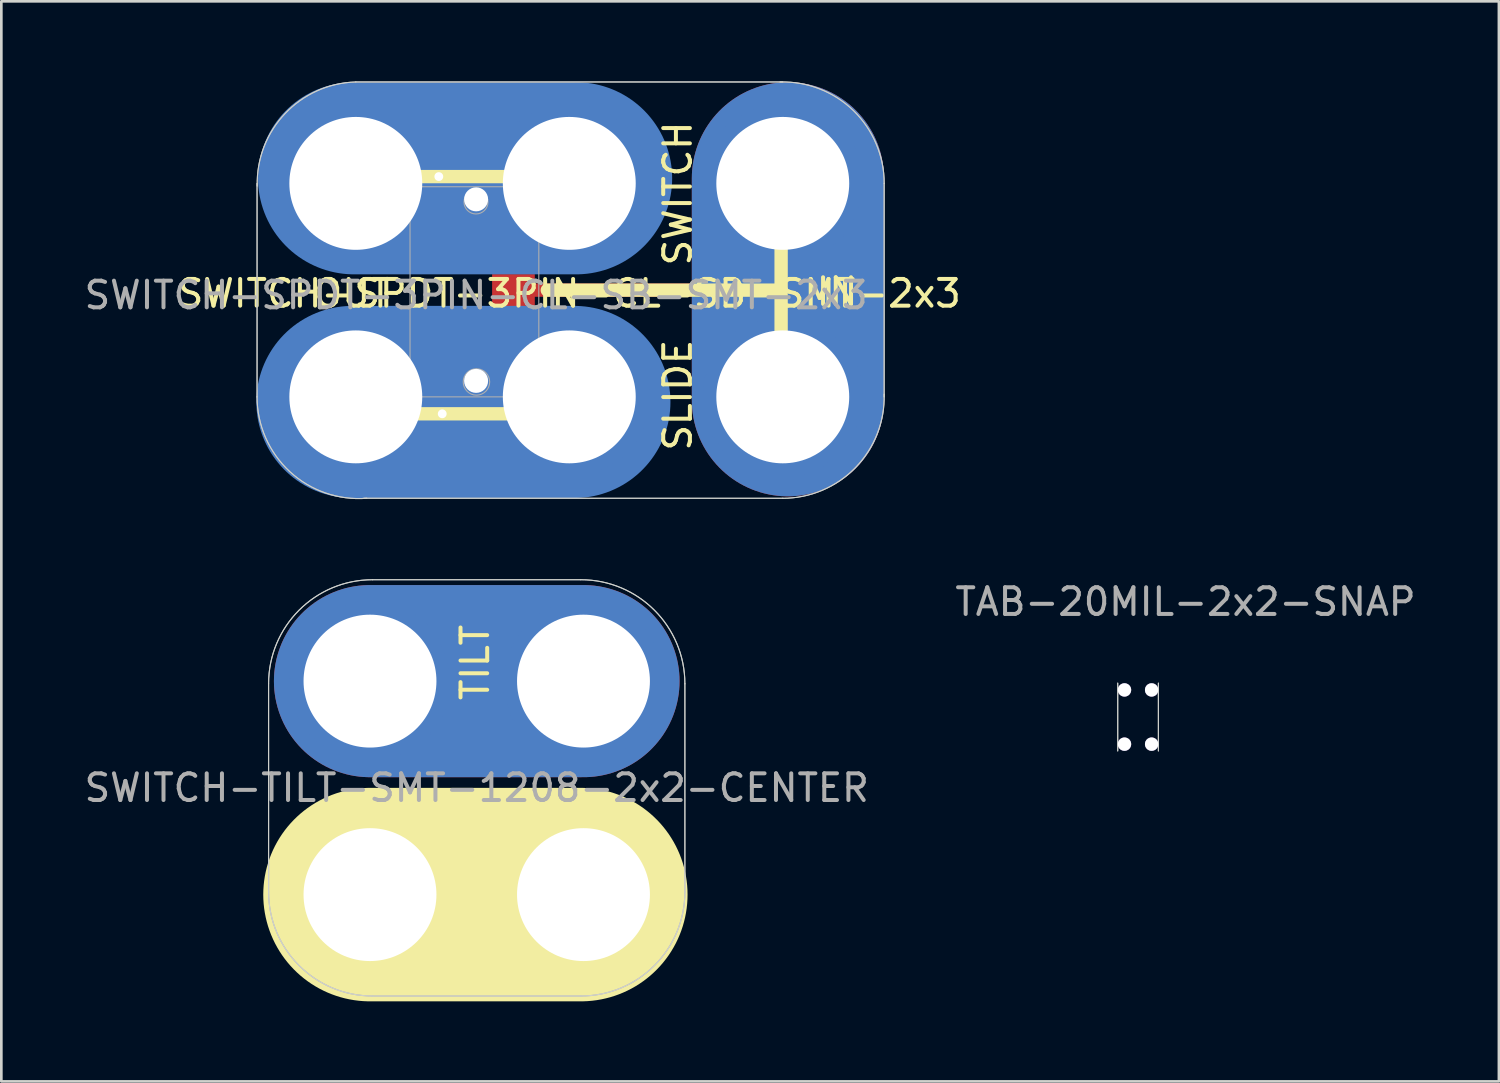
<source format=kicad_pcb>
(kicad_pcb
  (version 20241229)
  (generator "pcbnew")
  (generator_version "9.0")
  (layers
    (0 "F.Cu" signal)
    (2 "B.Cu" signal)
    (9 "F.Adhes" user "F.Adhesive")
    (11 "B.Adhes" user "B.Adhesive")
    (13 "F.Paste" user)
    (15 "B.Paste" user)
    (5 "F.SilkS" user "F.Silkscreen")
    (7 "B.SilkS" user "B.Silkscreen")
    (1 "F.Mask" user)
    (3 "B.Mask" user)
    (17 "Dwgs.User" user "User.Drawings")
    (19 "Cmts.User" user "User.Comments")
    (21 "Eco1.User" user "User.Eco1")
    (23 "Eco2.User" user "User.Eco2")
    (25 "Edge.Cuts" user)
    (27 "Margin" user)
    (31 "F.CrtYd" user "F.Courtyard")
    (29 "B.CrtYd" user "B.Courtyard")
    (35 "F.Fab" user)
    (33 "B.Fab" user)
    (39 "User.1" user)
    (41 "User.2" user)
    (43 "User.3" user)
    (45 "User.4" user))
  (footprint "TAB-20MIL-2x2-SNAP"
    (layer "F.Cu")
    (at 39.597 23.82)
    (property "Reference" "TAB-20MIL-2x2-SNAP" (at 1.778 -4.318 0) (layer "F.Fab") (effects (font (size 1 1) (thickness 0.15))))
    (attr through_hole)
    (fp_line (start -0.762 1.27) (end -0.762 -1.27) (stroke (width 0.041) (type solid)) (layer "Edge.Cuts"))
    (fp_line (start 0.762 1.27) (end 0.762 -1.27) (stroke (width 0.041) (type solid)) (layer "Edge.Cuts"))
    (fp_line (start -0.762 1.27) (end -0.762 -1.27) (stroke (width 0.041) (type solid)) (layer "F.Fab"))
    (fp_line (start 0.762 1.27) (end 0.762 -1.27) (stroke (width 0.041) (type solid)) (layer "F.Fab"))
    (pad "1" thru_hole circle (at -0.508 -1.016) (size 0.5 0.5) (drill 0.5) (layers "*.Cu"))
    (pad "1" thru_hole circle (at -0.508 1.016) (size 0.5 0.5) (drill 0.5) (layers "*.Cu"))
    (pad "1" thru_hole circle (at 0.508 -1.016) (size 0.5 0.5) (drill 0.5) (layers "*.Cu"))
    (pad "1" thru_hole circle (at 0.508 1.016) (size 0.5 0.5) (drill 0.5) (layers "*.Cu")))
  (footprint "SWITCH-SPDT-3PIN-CL-SB-SMT-2x3"
    (layer "F.Cu")
    (at 10.283 11.822)
    (property "Reference" "SWITCH-SPDT-3PIN-CL-SB-SMT-2x3" (at 8 -3.873 0) (layer "F.SilkS") (effects (font (size 1 1) (thickness 0.15))))
    (attr through_hole)
    (fp_line (start 3.111 -6.54) (end 3.111 -8.319) (stroke (width 0.5) (type solid)) (layer "F.Cu"))
    (fp_line (start 3.239 -1.587) (end 3.239 0.699) (stroke (width 0.5) (type solid)) (layer "F.Cu"))
    (fp_line (start 5.779 -4) (end 16.002 -4) (stroke (width 0.5) (type solid)) (layer "F.Cu"))
    (fp_line (start 16.192 0.127) (end 16.192 -8.191) (stroke (width 7.2) (type solid)) (layer "F.Cu"))
    (fp_arc (start 0 -5.207) (mid -2.794 -8.001) (end 0 -10.795) (stroke (width 1) (type solid)) (layer "F.Cu"))
    (fp_arc (start 0 2.794) (mid -2.794 0) (end 0 -2.794) (stroke (width 1) (type solid)) (layer "F.Cu"))
    (fp_arc (start 0 -5.207) (mid -2.794 -8.001) (end 0 -10.795) (stroke (width 0.6) (type solid)) (layer "F.Mask"))
    (fp_arc (start 0 2.794) (mid -2.794 0) (end 0 -2.794) (stroke (width 0.6) (type solid)) (layer "F.Mask"))
    (fp_line (start -0.826 0.635) (end 9.081 0.635) (stroke (width 0.5) (type solid)) (layer "B.Cu"))
    (fp_line (start -0.635 -8.255) (end 9.271 -8.255) (stroke (width 0.5) (type solid)) (layer "B.Cu"))
    (fp_line (start -0.127 0.191) (end 8.191 0.191) (stroke (width 7.2) (type solid)) (layer "B.Cu"))
    (fp_line (start -0.064 -8.191) (end 8.255 -8.191) (stroke (width 7.2) (type solid)) (layer "B.Cu"))
    (fp_line (start 15.938 0.318) (end 15.938 -8.445) (stroke (width 0.5) (type solid)) (layer "B.Cu"))
    (fp_line (start 16.192 0.127) (end 16.192 -8.191) (stroke (width 7.2) (type solid)) (layer "B.Cu"))
    (fp_line (start -0.826 0.635) (end 9.081 0.635) (stroke (width 0.5) (type solid)) (layer "B.Mask"))
    (fp_line (start -0.635 -8.255) (end 9.271 -8.255) (stroke (width 0.5) (type solid)) (layer "B.Mask"))
    (fp_line (start -0.127 0.191) (end 8.191 0.191) (stroke (width 7.2) (type solid)) (layer "B.Mask"))
    (fp_line (start -0.064 -8.191) (end 8.255 -8.191) (stroke (width 7.2) (type solid)) (layer "B.Mask"))
    (fp_line (start 15.938 0.318) (end 15.938 -8.445) (stroke (width 0.5) (type solid)) (layer "B.Mask"))
    (fp_line (start 16.192 0.127) (end 16.192 -8.191) (stroke (width 7.2) (type solid)) (layer "B.Mask"))
    (fp_line (start -0.826 0.635) (end 9.081 0.635) (stroke (width 0.5) (type solid)) (layer "F.SilkS"))
    (fp_line (start -0.635 -8.255) (end 9.271 -8.255) (stroke (width 0.5) (type solid)) (layer "F.SilkS"))
    (fp_line (start 15.938 -4) (end 7.176 -4) (stroke (width 0.5) (type solid)) (layer "F.SilkS"))
    (fp_line (start 15.938 0.318) (end 15.938 -8.445) (stroke (width 0.5) (type solid)) (layer "F.SilkS"))
    (fp_line (start -3.7 -8) (end -3.7 0) (stroke (width 0.041) (type solid)) (layer "Edge.Cuts"))
    (fp_line (start 16 -11.8) (end 0 -11.8) (stroke (width 0.041) (type solid)) (layer "Edge.Cuts"))
    (fp_line (start 16 3.8) (end 0.3 3.8) (stroke (width 0.041) (type solid)) (layer "Edge.Cuts"))
    (fp_line (start 19.8 -8) (end 19.8 0) (stroke (width 0.041) (type solid)) (layer "Edge.Cuts"))
    (fp_arc (start -3.693368 -7.90018) (mid -2.653367 -10.614068) (end 0 -11.8) (stroke (width 0.04064) (type solid)) (layer "Edge.Cuts"))
    (fp_arc (start 0.411824 3.8) (mid -2.475303 2.799424) (end -3.7 0) (stroke (width 0.04064) (type solid)) (layer "Edge.Cuts"))
    (fp_arc (start 15.9 -11.8) (mid 18.652345 -10.723062) (end 19.801316 -8) (stroke (width 0.04064) (type solid)) (layer "Edge.Cuts"))
    (fp_arc (start 19.8 -0.1) (mid 18.723062 2.652345) (end 16 3.801316) (stroke (width 0.04064) (type solid)) (layer "Edge.Cuts"))
    (fp_line (start -3.7 -8) (end -3.7 0) (stroke (width 0.041) (type solid)) (layer "F.Fab"))
    (fp_line (start 2.032 -7.874) (end 2.032 0) (stroke (width 0.041) (type solid)) (layer "F.Fab"))
    (fp_line (start 2.032 0) (end 6.858 0) (stroke (width 0.041) (type solid)) (layer "F.Fab"))
    (fp_line (start 6.858 -7.874) (end 2.032 -7.874) (stroke (width 0.041) (type solid)) (layer "F.Fab"))
    (fp_line (start 6.858 -7.874) (end 6.858 0) (stroke (width 0.041) (type solid)) (layer "F.Fab"))
    (fp_line (start 16 -11.8) (end 0 -11.8) (stroke (width 0.041) (type solid)) (layer "F.Fab"))
    (fp_line (start 16 3.8) (end 0.3 3.8) (stroke (width 0.041) (type solid)) (layer "F.Fab"))
    (fp_line (start 19.8 -8) (end 19.8 0) (stroke (width 0.041) (type solid)) (layer "F.Fab"))
    (fp_arc (start -3.693368 -7.90018) (mid -2.653367 -10.614068) (end 0 -11.8) (stroke (width 0.04064) (type solid)) (layer "F.Fab"))
    (fp_arc (start 0.411824 3.8) (mid -2.475303 2.799424) (end -3.7 0) (stroke (width 0.04064) (type solid)) (layer "F.Fab"))
    (fp_arc (start 15.9 -11.8) (mid 18.652345 -10.723062) (end 19.801316 -8) (stroke (width 0.04064) (type solid)) (layer "F.Fab"))
    (fp_arc (start 19.8 -0.1) (mid 18.723062 2.652345) (end 16 3.801316) (stroke (width 0.04064) (type solid)) (layer "F.Fab"))
    (fp_circle (center 4.504 -7.303) (end 4.821 -6.985) (stroke (width 0.041) (type solid)) (fill no) (layer "F.Fab"))
    (fp_circle (center 4.521 -0.559) (end 4.763 -0.127) (stroke (width 0.041) (type solid)) (fill no) (layer "F.Fab"))
    (fp_text user "IN" (at 18.034 -3.937 0) (layer "F.SilkS") (effects (font (size 1 1) (thickness 0.15))))
    (fp_text user "SWITCH" (at 12.065 -7.62 270) (layer "F.SilkS") (effects (font (size 1 1) (thickness 0.15))))
    (fp_text user "OUT" (at -0.127 -3.873 0) (layer "F.SilkS") (effects (font (size 1 1) (thickness 0.15))))
    (fp_text user "SLIDE " (at 12.065 -0.445 90) (layer "F.SilkS") (effects (font (size 1 1) (thickness 0.15))))
    (fp_text user "${REFERENCE}" (at 4.508 -3.81 0) (layer "F.Fab") (effects (font (size 1 1) (thickness 0.15))))
    (pad "" np_thru_hole circle (at 0 -8) (size 4.98 4.98) (drill 4.98) (layers "*.Cu" "B.Mask"))
    (pad "" np_thru_hole circle (at 0 0) (size 4.98 4.98) (drill 4.98) (layers "*.Cu" "B.Mask"))
    (pad "" thru_hole circle (at 3.111 -8.255) (size 0.686 0.686) (drill 0.33) (layers "*.Cu" "B.Mask"))
    (pad "" thru_hole circle (at 3.239 0.635 180) (size 0.686 0.686) (drill 0.33) (layers "*.Cu" "B.Mask"))
    (pad "" np_thru_hole circle (at 4.508 -7.402 270) (size 0.899 0.899) (drill 0.899) (layers "*.Cu"))
    (pad "" np_thru_hole circle (at 4.508 -0.599 270) (size 0.899 0.899) (drill 0.899) (layers "*.Cu"))
    (pad "" thru_hole circle (at 8 -8) (size 6 6) (drill 4.98) (layers "*.Cu" "*.Mask"))
    (pad "" thru_hole circle (at 8 0) (size 6 6) (drill 4.98) (layers "*.Cu" "*.Mask"))
    (pad "" thru_hole circle (at 16 -8) (size 6 6) (drill 4.98) (layers "*.Cu" "*.Mask"))
    (pad "" thru_hole circle (at 16 0) (size 6 6) (drill 4.98) (layers "*.Cu" "*.Mask"))
    (pad "1" smd rect (at 3.109 -6.5 270) (size 1.199 1.6) (layers "F.Cu" "F.Mask" "F.Paste"))
    (pad "2" smd rect (at 5.908 -4 270) (size 1.199 1.6) (layers "F.Cu" "F.Mask" "F.Paste"))
    (pad "3" smd rect (at 3.109 -1.501 270) (size 1.199 1.6) (layers "F.Cu" "F.Mask" "F.Paste")))
  (footprint "SWITCH-TILT-SMT-1208-2x2-CENTER"
    (layer "F.Cu")
    (at 10.815 30.474)
    (property "Reference" "SWITCH-TILT-SMT-1208-2x2-CENTER" (at 4 -4 0) (layer "F.Fab") (effects (font (size 1 1) (thickness 0.15))))
    (attr through_hole)
    (fp_line (start 0 -8) (end 8 -8) (stroke (width 7.2) (type solid)) (layer "F.Cu"))
    (fp_line (start 0 0) (end 8 0) (stroke (width 7.2) (type solid)) (layer "F.Cu"))
    (fp_line (start 0 -8) (end 8 -8) (stroke (width 7.2) (type solid)) (layer "B.Cu"))
    (fp_line (start 0 0) (end 8 0) (stroke (width 7.2) (type solid)) (layer "B.Cu"))
    (fp_line (start 0 -8) (end 8 -8) (stroke (width 7.2) (type solid)) (layer "B.Mask"))
    (fp_line (start 0 0) (end 8 0) (stroke (width 7.2) (type solid)) (layer "B.Mask"))
    (fp_line (start 0 0) (end 7.9 0) (stroke (width 8) (type solid)) (layer "F.SilkS"))
    (fp_line (start -3.8 -0.1) (end -3.8 -7.9) (stroke (width 0.041) (type solid)) (layer "Edge.Cuts"))
    (fp_line (start 7.9 -11.8) (end 0.1 -11.8) (stroke (width 0.041) (type solid)) (layer "Edge.Cuts"))
    (fp_line (start 7.9 3.8) (end 0.1 3.8) (stroke (width 0.041) (type solid)) (layer "Edge.Cuts"))
    (fp_line (start 11.8 -0.1) (end 11.8 -7.9) (stroke (width 0.041) (type solid)) (layer "Edge.Cuts"))
    (fp_arc (start -3.8 -7.9) (mid -2.657716 -10.657716) (end 0.1 -11.8) (stroke (width 0.04064) (type solid)) (layer "Edge.Cuts"))
    (fp_arc (start 0.1 3.8) (mid -2.657716 2.657716) (end -3.8 -0.1) (stroke (width 0.04064) (type solid)) (layer "Edge.Cuts"))
    (fp_arc (start 7.9 -11.8) (mid 10.657716 -10.657716) (end 11.8 -7.9) (stroke (width 0.04064) (type solid)) (layer "Edge.Cuts"))
    (fp_arc (start 11.8 -0.1) (mid 10.657716 2.657716) (end 7.9 3.8) (stroke (width 0.04064) (type solid)) (layer "Edge.Cuts"))
    (fp_line (start -3.8 -0.1) (end -3.8 -7.9) (stroke (width 0.041) (type solid)) (layer "F.Fab"))
    (fp_line (start 7.9 -11.8) (end 0.1 -11.8) (stroke (width 0.041) (type solid)) (layer "F.Fab"))
    (fp_line (start 7.9 3.8) (end 0.1 3.8) (stroke (width 0.041) (type solid)) (layer "F.Fab"))
    (fp_line (start 11.8 -0.1) (end 11.8 -7.9) (stroke (width 0.041) (type solid)) (layer "F.Fab"))
    (fp_arc (start -3.8 -7.9) (mid -2.657716 -10.657716) (end 0.1 -11.8) (stroke (width 0.04064) (type solid)) (layer "F.Fab"))
    (fp_arc (start 0.1 3.8) (mid -2.657716 2.657716) (end -3.8 -0.1) (stroke (width 0.04064) (type solid)) (layer "F.Fab"))
    (fp_arc (start 7.9 -11.8) (mid 10.657716 -10.657716) (end 11.8 -7.9) (stroke (width 0.04064) (type solid)) (layer "F.Fab"))
    (fp_arc (start 11.8 -0.1) (mid 10.657716 2.657716) (end 7.9 3.8) (stroke (width 0.04064) (type solid)) (layer "F.Fab"))
    (fp_text user "TILT" (at 3.937 -8.7 90) (layer "F.SilkS") (effects (font (size 1 1) (thickness 0.15))))
    (pad "1" thru_hole circle (at 0 -8) (size 6 6) (drill 4.98) (layers "*.Cu" "*.Mask"))
    (pad "1" smd rect (at 4 -5.456) (size 2 1.3) (layers "F.Cu" "F.Mask" "F.Paste"))
    (pad "1" thru_hole circle (at 8 -8) (size 6 6) (drill 4.98) (layers "*.Cu" "*.Mask"))
    (pad "2" thru_hole circle (at 0 0) (size 6 6) (drill 4.98) (layers "*.Cu" "*.Mask"))
    (pad "2" smd rect (at 4 -2.456) (size 2 1.3) (layers "F.Cu" "F.Mask" "F.Paste"))
    (pad "2" thru_hole circle (at 8 0) (size 6 6) (drill 4.98) (layers "*.Cu" "*.Mask")))
  (gr_rect
    (start -3 -3)
    (end 53.119 37.474)
    (stroke (width 0.1) (type default))
    (fill no)
    (layer "Edge.Cuts")))
</source>
